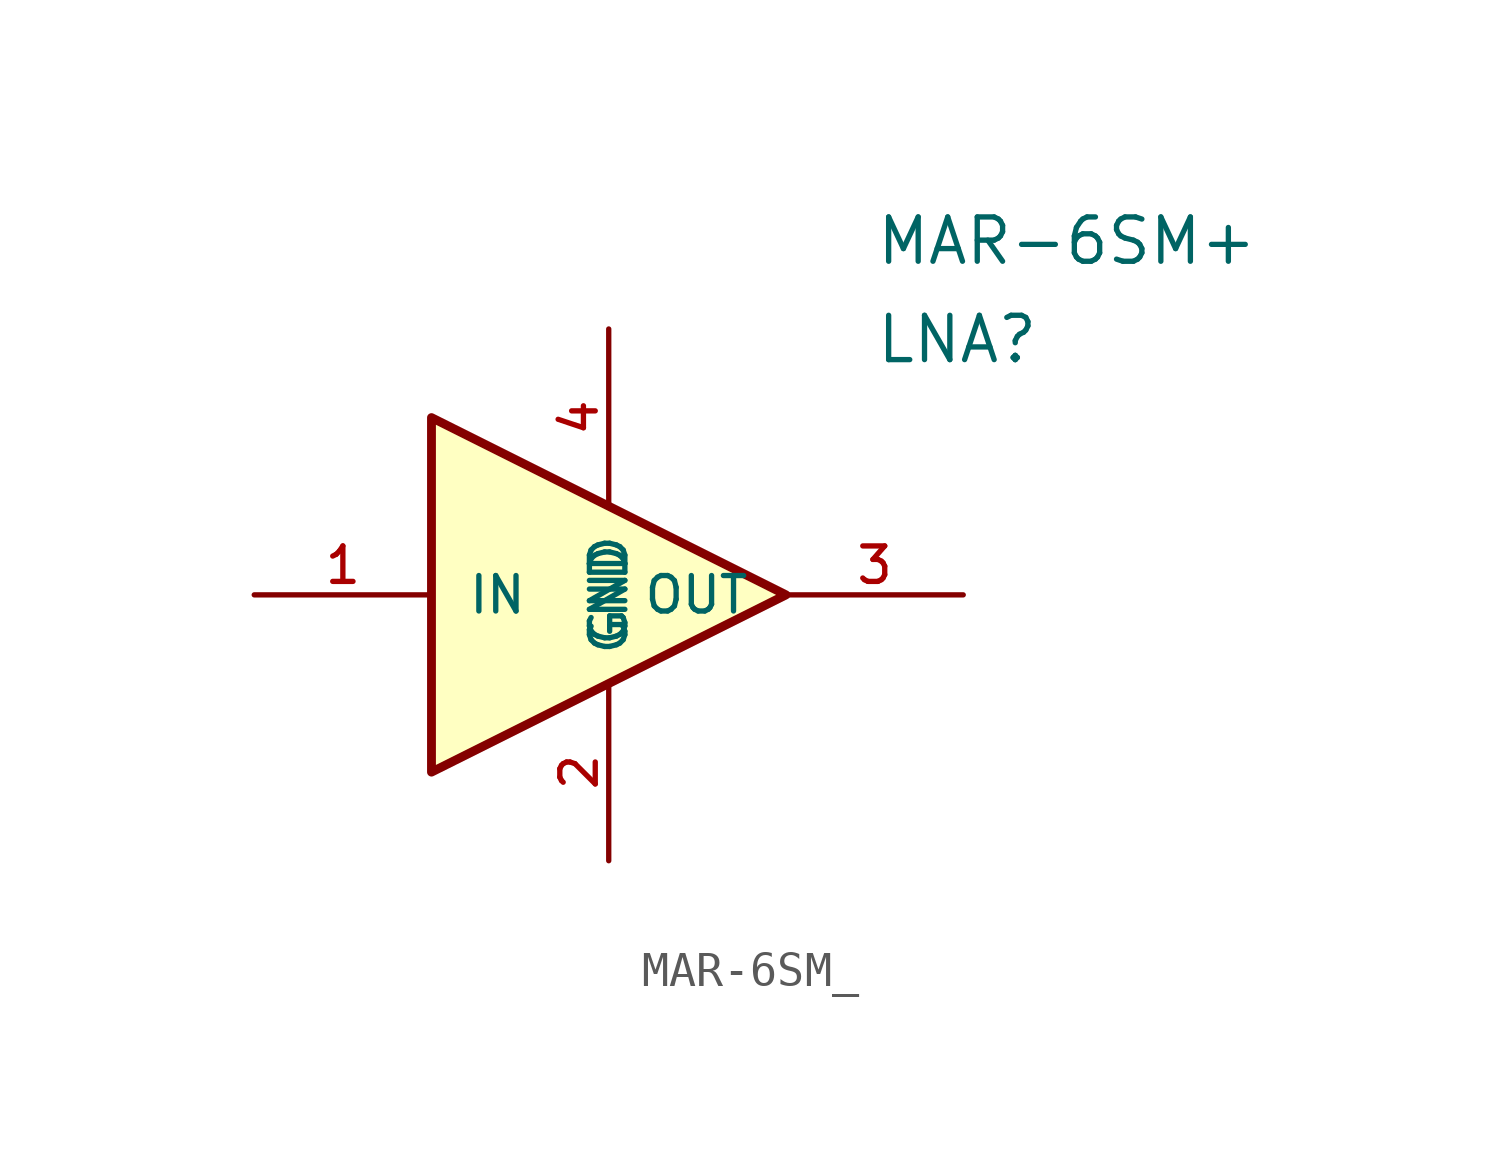
<source format=kicad_sym>
(kicad_symbol_lib
  (version 20220914)
  (generator kicad_symbol_editor)
  (symbol "MAR-6SM_"
    (pin_names
      (offset 1.016))
    (property "Reference" "LNA"
      (at 8.89 6.579 0)
      (effects (font (size 1.27 1.27)) (justify left bottom)))
    (property "Value" "MAR-6SM+"
      (at 8.89 9.398 0)
      (effects (font (size 1.27 1.27)) (justify left bottom)))
    (symbol "MAR-6SM__0_0"
      (pin bidirectional line (at -8.89 0 0) (length 5.08) (name "IN" (effects (font (size 1.016 1.016)))) (number "1" (effects (font (size 1.016 1.016)))))
      (pin bidirectional line (at 11.43 0 180) (length 5.08) (name "OUT" (effects (font (size 1.016 1.016)))) (number "3" (effects (font (size 1.016 1.016)))))
      (pin bidirectional line (at 1.27 7.62 270) (length 5.08) (name "GND" (effects (font (size 1.016 1.016)))) (number "4" (effects (font (size 1.016 1.016))))))
    (symbol "MAR-6SM__1_0"
      (pin bidirectional line (at 1.27 -7.62 90) (length 5.08) (name "GND" (effects (font (size 1.016 1.016)))) (number "2" (effects (font (size 1.016 1.016))))))
    (symbol "MAR-6SM__1_1"
      (polyline (pts (xy -3.81 5.08) (xy 6.35 0) (xy -3.81 -5.08) (xy -3.81 5.08)) (stroke (width 0.254) (type default)) (fill (type background))))))
</source>
